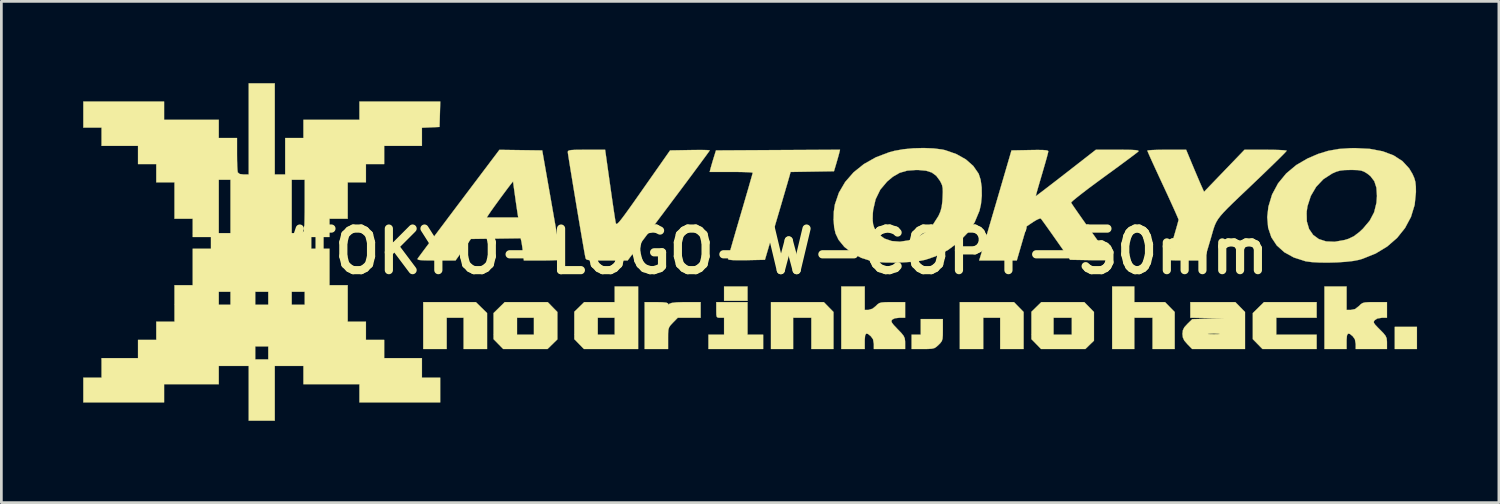
<source format=kicad_pcb>
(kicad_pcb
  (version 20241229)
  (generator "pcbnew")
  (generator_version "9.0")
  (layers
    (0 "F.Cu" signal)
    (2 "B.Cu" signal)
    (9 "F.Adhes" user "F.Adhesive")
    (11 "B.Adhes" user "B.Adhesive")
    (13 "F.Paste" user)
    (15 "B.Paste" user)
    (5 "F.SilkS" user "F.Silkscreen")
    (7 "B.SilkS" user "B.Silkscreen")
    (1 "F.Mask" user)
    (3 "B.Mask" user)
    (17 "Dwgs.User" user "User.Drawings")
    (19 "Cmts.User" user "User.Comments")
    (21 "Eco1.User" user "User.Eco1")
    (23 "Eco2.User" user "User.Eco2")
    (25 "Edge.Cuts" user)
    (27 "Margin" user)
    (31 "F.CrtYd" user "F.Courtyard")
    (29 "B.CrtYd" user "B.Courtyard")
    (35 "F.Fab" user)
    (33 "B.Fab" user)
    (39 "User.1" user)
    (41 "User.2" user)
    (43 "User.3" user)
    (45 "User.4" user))
  (footprint "AVTOKYO-LOGO-W-COPY-50mm"
    (layer "F.Cu")
    (at 24.45 6.164)
    (property "Reference" "AVTOKYO-LOGO-W-COPY-50mm" (at 0 0 0) (layer "F.SilkS") (effects (font (size 1.524 1.524) (thickness 0.3))))
    (attr through_hole)
    (fp_poly (pts (xy -0.095 1.814) (xy -0.955 1.814) (xy -0.955 1.289) (xy -0.095 1.289) (xy -0.095 1.814)) (stroke (width 0.01) (type solid)) (fill yes) (layer "F.SilkS"))
    (fp_poly (pts (xy 24.445 3.581) (xy 23.633 3.581) (xy 23.633 2.769) (xy 24.445 2.769) (xy 24.445 3.581)) (stroke (width 0.01) (type solid)) (fill yes) (layer "F.SilkS"))
    (fp_poly (pts (xy -9.849 2.063) (xy -9.644 2.264) (xy -9.644 3.581) (xy -10.504 3.581) (xy -10.504 2.435) (xy -11.124 2.435) (xy -11.124 3.581) (xy -11.984 3.581) (xy -11.984 1.862) (xy -10.054 1.862) (xy -9.849 2.063)) (stroke (width 0.01) (type solid)) (fill yes) (layer "F.SilkS"))
    (fp_poly (pts (xy 2.879 2.043) (xy 3.056 2.224) (xy 3.056 3.581) (xy 2.244 3.581) (xy 2.244 2.435) (xy 1.576 2.435) (xy 1.576 3.581) (xy 0.764 3.581) (xy 0.764 1.862) (xy 2.702 1.862) (xy 2.879 2.043)) (stroke (width 0.01) (type solid)) (fill yes) (layer "F.SilkS"))
    (fp_poly (pts (xy 9.85 2.043) (xy 10.026 2.224) (xy 10.026 3.581) (xy 9.167 3.581) (xy 9.167 2.435) (xy 8.546 2.435) (xy 8.546 3.581) (xy 7.687 3.581) (xy 7.687 1.862) (xy 9.673 1.862) (xy 9.85 2.043)) (stroke (width 0.01) (type solid)) (fill yes) (layer "F.SilkS"))
    (fp_poly (pts (xy 14.085 1.862) (xy 15.211 1.862) (xy 15.388 2.043) (xy 15.565 2.224) (xy 15.565 3.581) (xy 14.753 3.581) (xy 14.753 2.435) (xy 14.085 2.435) (xy 14.085 3.581) (xy 13.273 3.581) (xy 13.273 1.289) (xy 14.085 1.289) (xy 14.085 1.862)) (stroke (width 0.01) (type solid)) (fill yes) (layer "F.SilkS"))
    (fp_poly (pts (xy 20.769 2.435) (xy 19.289 2.435) (xy 19.289 3.056) (xy 20.769 3.056) (xy 20.769 3.581) (xy 18.783 3.581) (xy 18.606 3.4) (xy 18.429 3.219) (xy 18.429 2.264) (xy 18.634 2.063) (xy 18.839 1.862) (xy 20.769 1.862) (xy 20.769 2.435)) (stroke (width 0.01) (type solid)) (fill yes) (layer "F.SilkS"))
    (fp_poly (pts (xy -0.095 3.056) (xy 0.477 3.056) (xy 0.477 3.581) (xy -1.528 3.581) (xy -1.528 3.056) (xy -0.955 3.056) (xy -0.955 2.435) (xy -1.098 2.435) (xy -1.177 2.431) (xy -1.22 2.405) (xy -1.238 2.334) (xy -1.241 2.195) (xy -1.241 2.148) (xy -1.241 1.862) (xy -0.095 1.862) (xy -0.095 3.056)) (stroke (width 0.01) (type solid)) (fill yes) (layer "F.SilkS"))
    (fp_poly (pts (xy -4.106 3.581) (xy -6.092 3.581) (xy -6.269 3.4) (xy -6.445 3.219) (xy -6.445 2.435) (xy -5.586 2.435) (xy -5.586 3.056) (xy -4.965 3.056) (xy -4.965 2.435) (xy -5.586 2.435) (xy -6.445 2.435) (xy -6.445 2.216) (xy -6.083 1.862) (xy -4.965 1.862) (xy -4.965 1.289) (xy -4.106 1.289) (xy -4.106 3.581)) (stroke (width 0.01) (type solid)) (fill yes) (layer "F.SilkS"))
    (fp_poly (pts (xy 7.066 2.879) (xy 7.064 3.076) (xy 7.054 3.203) (xy 7.027 3.29) (xy 6.975 3.361) (xy 6.909 3.428) (xy 6.828 3.502) (xy 6.755 3.547) (xy 6.662 3.57) (xy 6.524 3.579) (xy 6.336 3.581) (xy 5.92 3.581) (xy 5.92 3.056) (xy 6.255 3.056) (xy 6.255 2.483) (xy 7.066 2.483) (xy 7.066 2.879)) (stroke (width 0.01) (type solid)) (fill yes) (layer "F.SilkS"))
    (fp_poly (pts (xy -7.243 2.043) (xy -7.066 2.224) (xy -7.066 3.227) (xy -7.247 3.404) (xy -7.428 3.581) (xy -9.052 3.581) (xy -9.229 3.4) (xy -9.406 3.219) (xy -9.406 2.435) (xy -8.546 2.435) (xy -8.546 3.056) (xy -7.926 3.056) (xy -7.926 2.435) (xy -8.546 2.435) (xy -9.406 2.435) (xy -9.406 2.264) (xy -9.201 2.063) (xy -8.996 1.862) (xy -7.42 1.862) (xy -7.243 2.043)) (stroke (width 0.01) (type solid)) (fill yes) (layer "F.SilkS"))
    (fp_poly (pts (xy 12.428 2.043) (xy 12.605 2.224) (xy 12.605 3.276) (xy 12.447 3.428) (xy 12.29 3.581) (xy 10.666 3.581) (xy 10.49 3.4) (xy 10.313 3.219) (xy 10.313 2.435) (xy 11.124 2.435) (xy 11.124 3.056) (xy 11.793 3.056) (xy 11.793 2.435) (xy 11.124 2.435) (xy 10.313 2.435) (xy 10.313 2.216) (xy 10.494 2.039) (xy 10.675 1.862) (xy 12.251 1.862) (xy 12.428 2.043)) (stroke (width 0.01) (type solid)) (fill yes) (layer "F.SilkS"))
    (fp_poly (pts (xy -3.211 1.867) (xy -3.072 1.882) (xy -3.012 1.908) (xy -3.008 1.919) (xy -2.994 1.953) (xy -2.951 1.919) (xy -2.868 1.89) (xy -2.694 1.87) (xy -2.428 1.862) (xy -2.354 1.862) (xy -1.814 1.862) (xy -1.814 2.435) (xy -2.654 2.435) (xy -2.831 2.616) (xy -2.918 2.709) (xy -2.97 2.787) (xy -2.997 2.878) (xy -3.007 3.011) (xy -3.008 3.189) (xy -3.008 3.581) (xy -3.867 3.581) (xy -3.867 1.862) (xy -3.438 1.862) (xy -3.211 1.867)) (stroke (width 0.01) (type solid)) (fill yes) (layer "F.SilkS"))
    (fp_poly (pts (xy 17.966 2.043) (xy 18.143 2.224) (xy 18.143 3.581) (xy 16.205 3.581) (xy 16.028 3.4) (xy 15.916 3.27) (xy 15.864 3.155) (xy 15.851 3.029) (xy 16.776 3.029) (xy 16.819 3.036) (xy 16.939 3.039) (xy 16.997 3.04) (xy 17.14 3.038) (xy 17.212 3.032) (xy 17.201 3.024) (xy 17.176 3.021) (xy 16.997 3.013) (xy 16.818 3.021) (xy 16.776 3.029) (xy 15.851 3.029) (xy 15.851 3.028) (xy 15.865 2.894) (xy 15.918 2.785) (xy 16.031 2.661) (xy 16.21 2.486) (xy 16.783 2.471) (xy 17.355 2.455) (xy 16.746 2.445) (xy 16.138 2.435) (xy 16.138 1.862) (xy 17.789 1.862) (xy 17.966 2.043)) (stroke (width 0.01) (type solid)) (fill yes) (layer "F.SilkS"))
    (fp_poly (pts (xy 4.202 2.148) (xy 4.336 2.148) (xy 4.487 2.103) (xy 4.607 2.005) (xy 4.674 1.94) (xy 4.738 1.898) (xy 4.822 1.875) (xy 4.949 1.865) (xy 5.142 1.862) (xy 5.213 1.862) (xy 5.682 1.862) (xy 5.682 2.435) (xy 5.473 2.435) (xy 5.305 2.454) (xy 5.204 2.507) (xy 5.202 2.509) (xy 5.18 2.556) (xy 5.198 2.615) (xy 5.265 2.703) (xy 5.391 2.836) (xy 5.411 2.857) (xy 5.547 2.998) (xy 5.628 3.101) (xy 5.668 3.19) (xy 5.681 3.292) (xy 5.682 3.355) (xy 5.682 3.581) (xy 4.536 3.581) (xy 4.536 3.398) (xy 4.506 3.225) (xy 4.425 3.112) (xy 4.319 3.027) (xy 4.251 3.017) (xy 4.215 3.088) (xy 4.202 3.246) (xy 4.202 3.294) (xy 4.202 3.581) (xy 3.342 3.581) (xy 3.342 1.289) (xy 4.202 1.289) (xy 4.202 2.148)) (stroke (width 0.01) (type solid)) (fill yes) (layer "F.SilkS"))
    (fp_poly (pts (xy 21.867 2.148) (xy 22.025 2.148) (xy 22.178 2.116) (xy 22.32 2.006) (xy 22.32 2.005) (xy 22.389 1.938) (xy 22.455 1.896) (xy 22.543 1.873) (xy 22.675 1.864) (xy 22.876 1.862) (xy 22.902 1.862) (xy 23.347 1.862) (xy 23.347 2.435) (xy 23.163 2.435) (xy 22.993 2.463) (xy 22.902 2.521) (xy 22.867 2.569) (xy 22.867 2.618) (xy 22.912 2.686) (xy 23.011 2.792) (xy 23.085 2.866) (xy 23.219 3.002) (xy 23.297 3.101) (xy 23.335 3.191) (xy 23.346 3.297) (xy 23.347 3.352) (xy 23.347 3.581) (xy 22.201 3.581) (xy 22.201 3.398) (xy 22.171 3.225) (xy 22.091 3.112) (xy 21.984 3.027) (xy 21.917 3.017) (xy 21.88 3.088) (xy 21.867 3.246) (xy 21.867 3.294) (xy 21.867 3.581) (xy 21.055 3.581) (xy 21.055 1.289) (xy 21.867 1.289) (xy 21.867 2.148)) (stroke (width 0.01) (type solid)) (fill yes) (layer "F.SilkS"))
    (fp_poly (pts (xy 3.265 -3.599) (xy 3.234 -3.483) (xy 3.187 -3.319) (xy 3.154 -3.205) (xy 3.074 -2.936) (xy 2.279 -2.923) (xy 1.483 -2.91) (xy 1.435 -2.732) (xy 1.409 -2.643) (xy 1.361 -2.475) (xy 1.292 -2.24) (xy 1.208 -1.953) (xy 1.113 -1.626) (xy 1.008 -1.271) (xy 0.964 -1.122) (xy 0.543 0.31) (xy -0.134 0.324) (xy -0.435 0.326) (xy -0.645 0.321) (xy -0.769 0.308) (xy -0.812 0.286) (xy -0.812 0.284) (xy -0.799 0.228) (xy -0.762 0.09) (xy -0.704 -0.117) (xy -0.628 -0.382) (xy -0.538 -0.694) (xy -0.436 -1.043) (xy -0.358 -1.309) (xy -0.25 -1.676) (xy -0.152 -2.014) (xy -0.065 -2.311) (xy 0.005 -2.557) (xy 0.058 -2.741) (xy 0.089 -2.852) (xy 0.095 -2.881) (xy 0.05 -2.892) (xy -0.075 -2.901) (xy -0.263 -2.907) (xy -0.501 -2.911) (xy -0.693 -2.912) (xy -1.482 -2.912) (xy -1.452 -3.032) (xy -1.421 -3.143) (xy -1.374 -3.304) (xy -1.337 -3.426) (xy -1.252 -3.7) (xy 1.022 -3.713) (xy 3.296 -3.725) (xy 3.265 -3.599)) (stroke (width 0.01) (type solid)) (fill yes) (layer "F.SilkS"))
    (fp_poly (pts (xy -7.622 -3.7) (xy -7.274 -1.719) (xy -7.2 -1.296) (xy -7.131 -0.902) (xy -7.069 -0.547) (xy -7.016 -0.242) (xy -6.974 0.005) (xy -6.943 0.183) (xy -6.927 0.281) (xy -6.924 0.298) (xy -6.969 0.311) (xy -7.092 0.322) (xy -7.277 0.33) (xy -7.507 0.334) (xy -7.609 0.334) (xy -8.295 0.334) (xy -8.328 0.036) (xy -8.35 -0.141) (xy -8.373 -0.294) (xy -8.387 -0.371) (xy -8.414 -0.479) (xy -10.236 -0.454) (xy -10.518 -0.06) (xy -10.799 0.334) (xy -11.513 0.334) (xy -11.792 0.333) (xy -11.987 0.328) (xy -12.111 0.319) (xy -12.176 0.304) (xy -12.194 0.282) (xy -12.189 0.268) (xy -12.154 0.218) (xy -12.066 0.099) (xy -11.932 -0.081) (xy -11.757 -0.315) (xy -11.547 -0.595) (xy -11.307 -0.914) (xy -11.061 -1.241) (xy -9.655 -1.241) (xy -8.501 -1.241) (xy -8.523 -1.373) (xy -8.539 -1.478) (xy -8.563 -1.641) (xy -8.592 -1.839) (xy -8.621 -2.049) (xy -8.649 -2.249) (xy -8.672 -2.416) (xy -8.686 -2.528) (xy -8.689 -2.561) (xy -8.715 -2.534) (xy -8.786 -2.445) (xy -8.89 -2.309) (xy -9.016 -2.14) (xy -9.153 -1.955) (xy -9.289 -1.768) (xy -9.414 -1.595) (xy -9.516 -1.451) (xy -9.576 -1.362) (xy -9.655 -1.241) (xy -11.061 -1.241) (xy -11.043 -1.265) (xy -10.76 -1.641) (xy -10.671 -1.759) (xy -9.191 -3.721) (xy -7.622 -3.7)) (stroke (width 0.01) (type solid)) (fill yes) (layer "F.SilkS"))
    (fp_poly (pts (xy -5.136 -2.447) (xy -5.087 -2.102) (xy -5.041 -1.782) (xy -5 -1.502) (xy -4.965 -1.275) (xy -4.94 -1.116) (xy -4.925 -1.038) (xy -4.913 -1.009) (xy -4.892 -1.002) (xy -4.856 -1.024) (xy -4.8 -1.08) (xy -4.719 -1.18) (xy -4.608 -1.327) (xy -4.46 -1.531) (xy -4.271 -1.796) (xy -4.035 -2.131) (xy -3.914 -2.304) (xy -2.934 -3.7) (xy -2.207 -3.713) (xy -1.956 -3.716) (xy -1.742 -3.716) (xy -1.583 -3.712) (xy -1.493 -3.705) (xy -1.48 -3.701) (xy -1.508 -3.659) (xy -1.588 -3.548) (xy -1.715 -3.375) (xy -1.883 -3.147) (xy -2.087 -2.871) (xy -2.322 -2.555) (xy -2.583 -2.206) (xy -2.864 -1.831) (xy -2.984 -1.67) (xy -4.489 0.334) (xy -5.251 0.334) (xy -5.537 0.334) (xy -5.741 0.331) (xy -5.878 0.325) (xy -5.962 0.312) (xy -6.008 0.291) (xy -6.029 0.261) (xy -6.038 0.227) (xy -6.055 0.14) (xy -6.085 -0.025) (xy -6.125 -0.255) (xy -6.174 -0.539) (xy -6.229 -0.863) (xy -6.289 -1.217) (xy -6.351 -1.586) (xy -6.413 -1.96) (xy -6.474 -2.325) (xy -6.53 -2.669) (xy -6.581 -2.98) (xy -6.624 -3.245) (xy -6.657 -3.452) (xy -6.678 -3.589) (xy -6.684 -3.643) (xy -6.676 -3.675) (xy -6.64 -3.697) (xy -6.563 -3.712) (xy -6.432 -3.72) (xy -6.23 -3.723) (xy -6 -3.724) (xy -5.316 -3.724) (xy -5.136 -2.447)) (stroke (width 0.01) (type solid)) (fill yes) (layer "F.SilkS"))
    (fp_poly (pts (xy 16.208 -3.187) (xy 16.307 -2.951) (xy 16.404 -2.723) (xy 16.486 -2.53) (xy 16.536 -2.416) (xy 16.641 -2.182) (xy 17.383 -2.953) (xy 18.125 -3.724) (xy 18.898 -3.724) (xy 19.157 -3.722) (xy 19.38 -3.716) (xy 19.549 -3.707) (xy 19.65 -3.696) (xy 19.671 -3.688) (xy 19.637 -3.647) (xy 19.543 -3.549) (xy 19.396 -3.402) (xy 19.204 -3.214) (xy 18.976 -2.993) (xy 18.721 -2.747) (xy 18.584 -2.617) (xy 18.23 -2.279) (xy 17.936 -2) (xy 17.697 -1.771) (xy 17.507 -1.584) (xy 17.357 -1.429) (xy 17.242 -1.298) (xy 17.155 -1.183) (xy 17.09 -1.075) (xy 17.039 -0.966) (xy 16.996 -0.846) (xy 16.955 -0.709) (xy 16.908 -0.543) (xy 16.871 -0.416) (xy 16.649 0.334) (xy 15.96 0.334) (xy 15.691 0.333) (xy 15.504 0.33) (xy 15.384 0.322) (xy 15.319 0.307) (xy 15.295 0.285) (xy 15.297 0.252) (xy 15.298 0.251) (xy 15.358 0.056) (xy 15.426 -0.17) (xy 15.497 -0.409) (xy 15.565 -0.643) (xy 15.626 -0.853) (xy 15.673 -1.021) (xy 15.702 -1.129) (xy 15.708 -1.159) (xy 15.688 -1.212) (xy 15.633 -1.34) (xy 15.548 -1.532) (xy 15.437 -1.776) (xy 15.307 -2.061) (xy 15.161 -2.375) (xy 15.135 -2.431) (xy 14.987 -2.749) (xy 14.854 -3.038) (xy 14.739 -3.288) (xy 14.649 -3.488) (xy 14.589 -3.625) (xy 14.563 -3.689) (xy 14.562 -3.692) (xy 14.607 -3.703) (xy 14.731 -3.713) (xy 14.917 -3.72) (xy 15.149 -3.724) (xy 15.273 -3.724) (xy 15.985 -3.724) (xy 16.208 -3.187)) (stroke (width 0.01) (type solid)) (fill yes) (layer "F.SilkS"))
    (fp_poly (pts (xy 22.721 -3.756) (xy 23.191 -3.667) (xy 23.588 -3.518) (xy 23.912 -3.309) (xy 24.161 -3.04) (xy 24.282 -2.837) (xy 24.35 -2.683) (xy 24.389 -2.54) (xy 24.406 -2.373) (xy 24.409 -2.173) (xy 24.362 -1.703) (xy 24.227 -1.262) (xy 24.01 -0.856) (xy 23.719 -0.492) (xy 23.357 -0.178) (xy 22.932 0.08) (xy 22.449 0.274) (xy 22.32 0.312) (xy 22.11 0.353) (xy 21.832 0.384) (xy 21.514 0.405) (xy 21.183 0.414) (xy 20.864 0.41) (xy 20.584 0.394) (xy 20.371 0.365) (xy 20.358 0.362) (xy 19.934 0.226) (xy 19.582 0.032) (xy 19.306 -0.217) (xy 19.108 -0.517) (xy 18.991 -0.865) (xy 18.958 -1.255) (xy 18.978 -1.435) (xy 20.401 -1.435) (xy 20.409 -1.099) (xy 20.491 -0.82) (xy 20.64 -0.602) (xy 20.85 -0.449) (xy 21.115 -0.364) (xy 21.43 -0.351) (xy 21.789 -0.414) (xy 21.939 -0.46) (xy 22.132 -0.553) (xy 22.335 -0.707) (xy 22.468 -0.832) (xy 22.715 -1.125) (xy 22.877 -1.433) (xy 22.962 -1.778) (xy 22.98 -2.029) (xy 22.961 -2.332) (xy 22.884 -2.57) (xy 22.743 -2.756) (xy 22.615 -2.857) (xy 22.508 -2.921) (xy 22.404 -2.959) (xy 22.274 -2.978) (xy 22.088 -2.984) (xy 22.014 -2.984) (xy 21.792 -2.979) (xy 21.629 -2.96) (xy 21.489 -2.92) (xy 21.335 -2.852) (xy 21.014 -2.643) (xy 20.751 -2.365) (xy 20.555 -2.031) (xy 20.433 -1.655) (xy 20.401 -1.435) (xy 18.978 -1.435) (xy 19 -1.634) (xy 19.135 -2.081) (xy 19.354 -2.49) (xy 19.652 -2.853) (xy 20.023 -3.164) (xy 20.435 -3.403) (xy 20.822 -3.57) (xy 21.19 -3.683) (xy 21.572 -3.752) (xy 22 -3.781) (xy 22.177 -3.784) (xy 22.721 -3.756)) (stroke (width 0.01) (type solid)) (fill yes) (layer "F.SilkS"))
    (fp_poly (pts (xy 6.723 -3.773) (xy 7.036 -3.734) (xy 7.149 -3.709) (xy 7.56 -3.566) (xy 7.906 -3.372) (xy 8.18 -3.131) (xy 8.374 -2.851) (xy 8.38 -2.839) (xy 8.451 -2.621) (xy 8.489 -2.343) (xy 8.493 -2.036) (xy 8.463 -1.731) (xy 8.409 -1.49) (xy 8.231 -1.064) (xy 7.971 -0.675) (xy 7.638 -0.332) (xy 7.242 -0.042) (xy 6.791 0.185) (xy 6.422 0.31) (xy 6.211 0.352) (xy 5.933 0.383) (xy 5.616 0.404) (xy 5.285 0.413) (xy 4.966 0.41) (xy 4.687 0.394) (xy 4.474 0.365) (xy 4.46 0.362) (xy 4.075 0.239) (xy 3.735 0.06) (xy 3.453 -0.164) (xy 3.242 -0.424) (xy 3.131 -0.656) (xy 3.081 -0.883) (xy 3.06 -1.157) (xy 4.492 -1.157) (xy 4.508 -0.995) (xy 4.55 -0.863) (xy 4.561 -0.84) (xy 4.713 -0.622) (xy 4.928 -0.467) (xy 5.192 -0.377) (xy 5.492 -0.354) (xy 5.816 -0.402) (xy 6.117 -0.508) (xy 6.428 -0.699) (xy 6.697 -0.971) (xy 6.905 -1.297) (xy 6.977 -1.46) (xy 7.022 -1.626) (xy 7.048 -1.832) (xy 7.056 -1.967) (xy 7.064 -2.176) (xy 7.059 -2.319) (xy 7.037 -2.426) (xy 6.991 -2.528) (xy 6.954 -2.594) (xy 6.823 -2.77) (xy 6.66 -2.889) (xy 6.449 -2.956) (xy 6.17 -2.982) (xy 6.087 -2.983) (xy 5.76 -2.959) (xy 5.485 -2.88) (xy 5.232 -2.734) (xy 5.021 -2.557) (xy 4.771 -2.26) (xy 4.6 -1.909) (xy 4.509 -1.51) (xy 4.498 -1.38) (xy 4.492 -1.157) (xy 3.06 -1.157) (xy 3.06 -1.162) (xy 3.068 -1.453) (xy 3.107 -1.716) (xy 3.107 -1.717) (xy 3.254 -2.149) (xy 3.485 -2.543) (xy 3.793 -2.896) (xy 4.17 -3.199) (xy 4.609 -3.447) (xy 5.104 -3.634) (xy 5.292 -3.684) (xy 5.615 -3.742) (xy 5.982 -3.777) (xy 6.361 -3.787) (xy 6.723 -3.773)) (stroke (width 0.01) (type solid)) (fill yes) (layer "F.SilkS"))
    (fp_poly (pts (xy 13.783 -3.723) (xy 14 -3.718) (xy 14.142 -3.71) (xy 14.219 -3.696) (xy 14.242 -3.677) (xy 14.236 -3.664) (xy 14.186 -3.622) (xy 14.068 -3.532) (xy 13.892 -3.4) (xy 13.668 -3.234) (xy 13.406 -3.041) (xy 13.115 -2.829) (xy 12.967 -2.721) (xy 12.67 -2.503) (xy 12.399 -2.302) (xy 12.166 -2.123) (xy 11.978 -1.975) (xy 11.844 -1.865) (xy 11.775 -1.8) (xy 11.767 -1.786) (xy 11.799 -1.734) (xy 11.878 -1.616) (xy 11.999 -1.442) (xy 12.152 -1.223) (xy 12.331 -0.971) (xy 12.505 -0.727) (xy 12.699 -0.455) (xy 12.873 -0.209) (xy 13.02 0.001) (xy 13.133 0.165) (xy 13.203 0.271) (xy 13.225 0.308) (xy 13.18 0.317) (xy 13.056 0.323) (xy 12.868 0.326) (xy 12.634 0.326) (xy 12.478 0.323) (xy 11.73 0.31) (xy 11.212 -0.428) (xy 11.047 -0.662) (xy 10.9 -0.869) (xy 10.78 -1.037) (xy 10.695 -1.153) (xy 10.657 -1.203) (xy 10.656 -1.203) (xy 10.601 -1.198) (xy 10.493 -1.148) (xy 10.38 -1.079) (xy 10.14 -0.917) (xy 9.958 -0.291) (xy 9.776 0.334) (xy 8.397 0.334) (xy 8.431 0.227) (xy 8.451 0.159) (xy 8.496 0.01) (xy 8.561 -0.211) (xy 8.644 -0.492) (xy 8.741 -0.825) (xy 8.85 -1.197) (xy 8.968 -1.6) (xy 9.024 -1.79) (xy 9.582 -3.7) (xy 10.258 -3.713) (xy 10.537 -3.717) (xy 10.732 -3.714) (xy 10.855 -3.705) (xy 10.918 -3.687) (xy 10.932 -3.666) (xy 10.918 -3.602) (xy 10.882 -3.462) (xy 10.827 -3.265) (xy 10.757 -3.024) (xy 10.697 -2.817) (xy 10.621 -2.56) (xy 10.556 -2.337) (xy 10.507 -2.163) (xy 10.478 -2.054) (xy 10.471 -2.023) (xy 10.51 -2.049) (xy 10.614 -2.127) (xy 10.774 -2.249) (xy 10.982 -2.408) (xy 11.227 -2.597) (xy 11.5 -2.809) (xy 11.578 -2.869) (xy 12.676 -3.724) (xy 13.482 -3.724) (xy 13.783 -3.723)) (stroke (width 0.01) (type solid)) (fill yes) (layer "F.SilkS"))
    (fp_poly (pts (xy -17.427 -2.817) (xy -17.045 -2.817) (xy -17.045 -4.154) (xy -16.376 -4.154) (xy -16.376 -4.822) (xy -14.323 -4.822) (xy -14.323 -5.491) (xy -11.36 -5.491) (xy -11.373 -5.025) (xy -11.387 -4.56) (xy -11.709 -4.545) (xy -12.032 -4.531) (xy -12.032 -3.867) (xy -13.416 -3.867) (xy -13.416 -3.199) (xy -14.085 -3.199) (xy -14.085 -2.53) (xy -14.753 -2.53) (xy -14.753 -1.194) (xy -15.421 -1.194) (xy -15.421 -0.525) (xy -16.09 -0.525) (xy -16.09 -0.095) (xy -15.421 -0.095) (xy -15.421 1.241) (xy -14.753 1.241) (xy -14.753 2.578) (xy -14.085 2.578) (xy -14.085 3.247) (xy -13.416 3.247) (xy -13.416 3.915) (xy -12.032 3.915) (xy -12.032 4.631) (xy -11.363 4.631) (xy -11.363 5.538) (xy -14.323 5.538) (xy -14.323 4.87) (xy -16.376 4.87) (xy -16.376 4.202) (xy -17.427 4.202) (xy -17.427 6.207) (xy -18.382 6.207) (xy -18.382 4.202) (xy -19.48 4.202) (xy -19.48 4.87) (xy -21.485 4.87) (xy -21.485 5.538) (xy -24.445 5.538) (xy -24.445 4.631) (xy -23.777 4.631) (xy -23.777 3.915) (xy -22.44 3.915) (xy -22.44 3.485) (xy -18.143 3.485) (xy -18.143 3.963) (xy -17.665 3.963) (xy -17.665 3.485) (xy -18.143 3.485) (xy -22.44 3.485) (xy -22.44 3.247) (xy -21.771 3.247) (xy -21.771 2.578) (xy -21.103 2.578) (xy -21.103 1.48) (xy -19.48 1.48) (xy -19.48 1.958) (xy -19.05 1.958) (xy -19.05 1.48) (xy -18.143 1.48) (xy -18.143 1.958) (xy -17.665 1.958) (xy -17.665 1.48) (xy -16.806 1.48) (xy -16.806 1.958) (xy -16.329 1.958) (xy -16.329 1.48) (xy -16.806 1.48) (xy -17.665 1.48) (xy -18.143 1.48) (xy -19.05 1.48) (xy -19.48 1.48) (xy -21.103 1.48) (xy -21.103 1.241) (xy -20.435 1.241) (xy -20.435 -0.095) (xy -19.766 -0.095) (xy -19.766 -0.525) (xy -20.435 -0.525) (xy -20.435 -1.194) (xy -21.103 -1.194) (xy -21.103 -2.53) (xy -21.771 -2.53) (xy -21.771 -2.626) (xy -19.48 -2.626) (xy -19.48 -0.668) (xy -19.05 -0.668) (xy -19.05 -2.626) (xy -16.806 -2.626) (xy -16.806 -0.668) (xy -16.596 -0.668) (xy -16.442 -0.683) (xy -16.366 -0.728) (xy -16.358 -0.744) (xy -16.348 -0.814) (xy -16.34 -0.963) (xy -16.334 -1.175) (xy -16.33 -1.433) (xy -16.329 -1.721) (xy -16.329 -2.626) (xy -16.806 -2.626) (xy -19.05 -2.626) (xy -19.48 -2.626) (xy -21.771 -2.626) (xy -21.771 -3.199) (xy -22.44 -3.199) (xy -22.44 -3.867) (xy -23.777 -3.867) (xy -23.777 -4.536) (xy -24.445 -4.536) (xy -24.445 -5.491) (xy -21.485 -5.491) (xy -21.485 -4.822) (xy -19.48 -4.822) (xy -19.48 -4.154) (xy -18.811 -4.154) (xy -18.811 -3.561) (xy -18.809 -3.327) (xy -18.803 -3.123) (xy -18.794 -2.972) (xy -18.783 -2.894) (xy -18.782 -2.892) (xy -18.712 -2.835) (xy -18.567 -2.817) (xy -18.382 -2.817) (xy -18.382 -6.159) (xy -17.427 -6.159) (xy -17.427 -2.817)) (stroke (width 0.01) (type solid)) (fill yes) (layer "F.SilkS")))
  (gr_rect
    (start -3 -3)
    (end 51.9 15.376)
    (stroke (width 0.1) (type default))
    (fill no)
    (layer "Edge.Cuts")))
</source>
